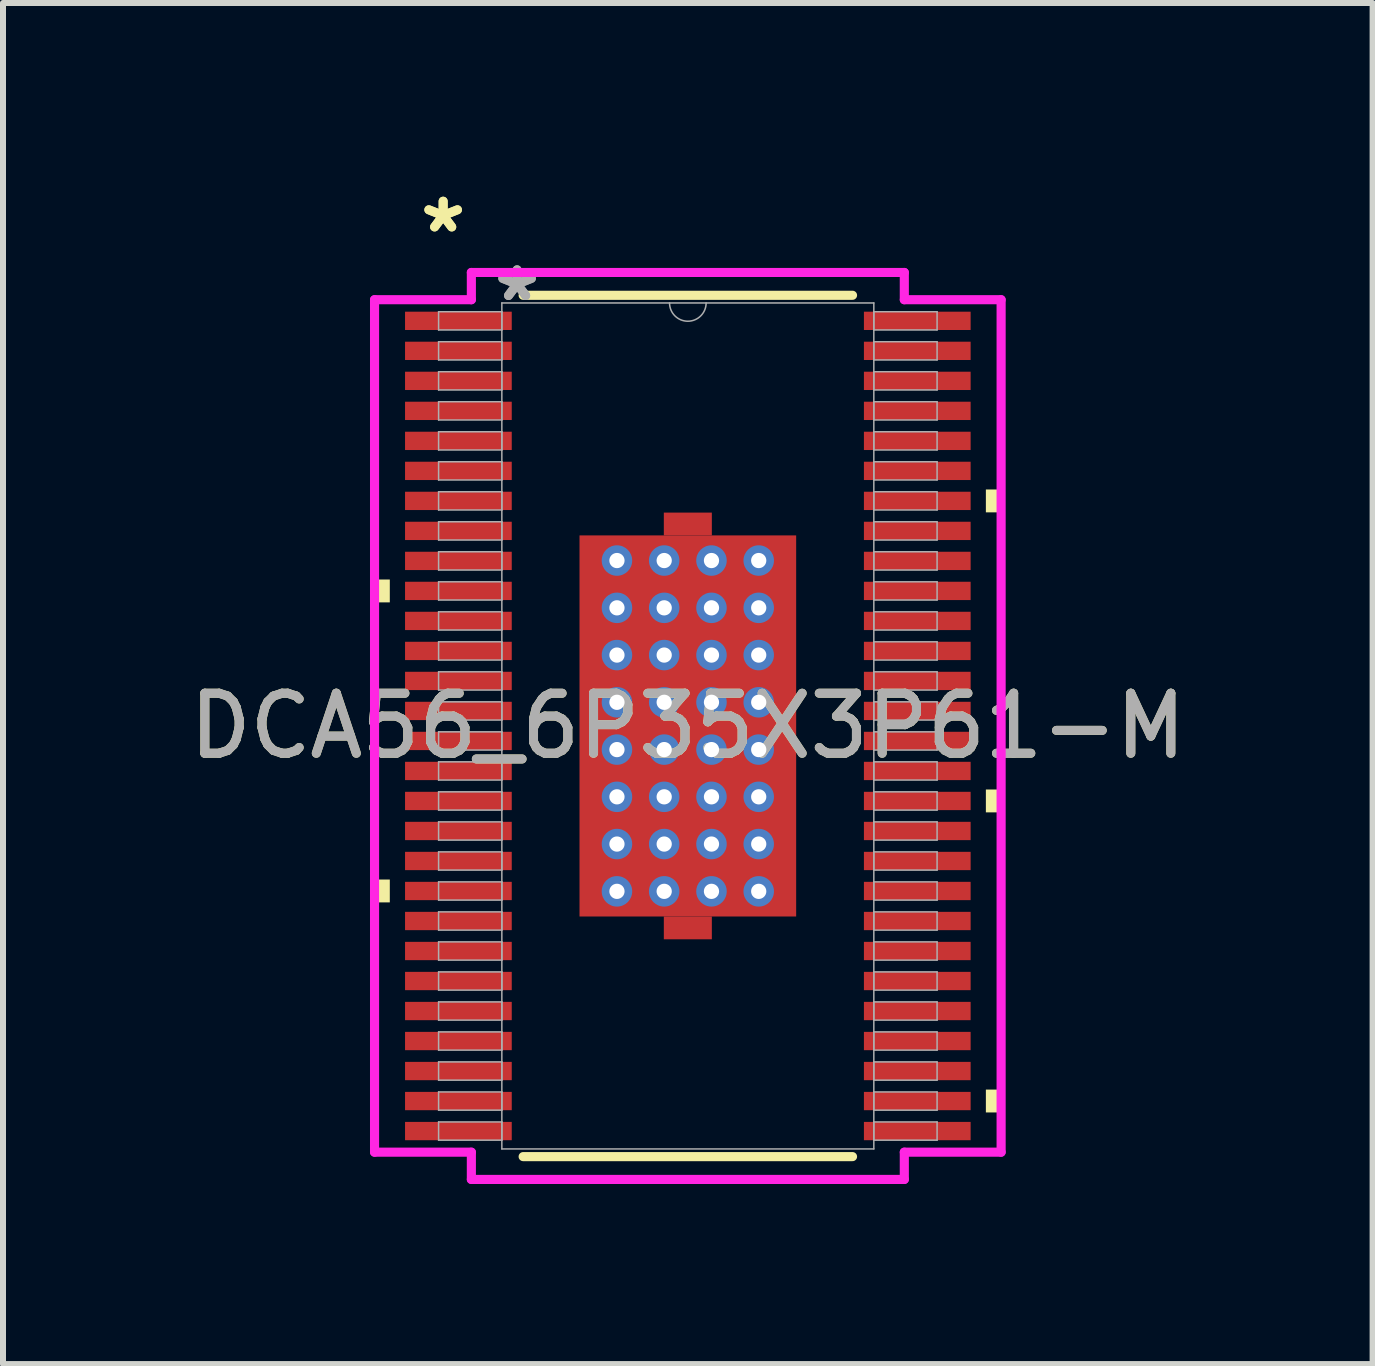
<source format=kicad_pcb>
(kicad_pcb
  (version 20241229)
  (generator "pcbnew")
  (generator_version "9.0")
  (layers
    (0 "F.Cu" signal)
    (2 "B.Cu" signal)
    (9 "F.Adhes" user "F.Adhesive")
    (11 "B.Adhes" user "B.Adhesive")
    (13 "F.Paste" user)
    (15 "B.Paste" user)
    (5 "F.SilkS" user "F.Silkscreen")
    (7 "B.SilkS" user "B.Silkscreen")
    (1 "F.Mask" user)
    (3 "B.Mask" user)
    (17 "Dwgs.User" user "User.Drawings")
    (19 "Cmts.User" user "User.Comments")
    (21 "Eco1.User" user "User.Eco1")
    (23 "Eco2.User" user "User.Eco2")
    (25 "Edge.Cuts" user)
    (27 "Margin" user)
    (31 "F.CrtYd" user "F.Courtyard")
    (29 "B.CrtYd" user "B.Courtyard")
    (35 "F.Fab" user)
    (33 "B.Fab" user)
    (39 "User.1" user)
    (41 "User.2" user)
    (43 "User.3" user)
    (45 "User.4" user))
  (footprint "DCA56_6P35X3P61-M"
    (layer "F.Cu")
    (at 8.411 9.046)
    (property "Reference" "DCA56_6P35X3P61-M" (at 0 0 0) (unlocked yes) (layer "F.SilkS") (effects (font (size 1 1) (thickness 0.15))))
    (attr smd)
    (fp_poly (pts (xy -0.4 -3.175) (xy -0.4 -3.555) (xy 0.4 -3.555) (xy 0.4 -3.175)) (stroke (width 0) (type solid)) (fill yes) (layer "F.Cu"))
    (fp_poly (pts (xy -0.4 3.175) (xy -0.4 3.555) (xy 0.4 3.555) (xy 0.4 3.175)) (stroke (width 0) (type solid)) (fill yes) (layer "F.Cu"))
    (fp_poly (pts (xy -1.869 -3.239) (xy -1.381 -3.239) (xy -1.381 3.239) (xy -1.869 3.239)) (stroke (width 0) (type solid)) (fill yes) (layer "F.Mask"))
    (fp_poly (pts (xy -1.869 -3.239) (xy 1.869 -3.239) (xy 1.869 -2.956) (xy -1.869 -2.956)) (stroke (width 0) (type solid)) (fill yes) (layer "F.Mask"))
    (fp_poly (pts (xy -1.869 -2.556) (xy 1.869 -2.556) (xy 1.869 -2.168) (xy -1.869 -2.168)) (stroke (width 0) (type solid)) (fill yes) (layer "F.Mask"))
    (fp_poly (pts (xy -1.869 -1.768) (xy 1.869 -1.768) (xy 1.869 -1.381) (xy -1.869 -1.381)) (stroke (width 0) (type solid)) (fill yes) (layer "F.Mask"))
    (fp_poly (pts (xy -1.869 -0.981) (xy 1.869 -0.981) (xy 1.869 -0.594) (xy -1.869 -0.594)) (stroke (width 0) (type solid)) (fill yes) (layer "F.Mask"))
    (fp_poly (pts (xy -1.869 -0.194) (xy 1.869 -0.194) (xy 1.869 0.194) (xy -1.869 0.194)) (stroke (width 0) (type solid)) (fill yes) (layer "F.Mask"))
    (fp_poly (pts (xy -1.869 0.594) (xy 1.869 0.594) (xy 1.869 0.981) (xy -1.869 0.981)) (stroke (width 0) (type solid)) (fill yes) (layer "F.Mask"))
    (fp_poly (pts (xy -1.869 1.381) (xy 1.869 1.381) (xy 1.869 1.768) (xy -1.869 1.768)) (stroke (width 0) (type solid)) (fill yes) (layer "F.Mask"))
    (fp_poly (pts (xy -1.869 2.168) (xy 1.869 2.168) (xy 1.869 2.556) (xy -1.869 2.556)) (stroke (width 0) (type solid)) (fill yes) (layer "F.Mask"))
    (fp_poly (pts (xy -1.869 2.956) (xy 1.869 2.956) (xy 1.869 3.239) (xy -1.869 3.239)) (stroke (width 0) (type solid)) (fill yes) (layer "F.Mask"))
    (fp_poly (pts (xy -0.594 -3.239) (xy -0.981 -3.239) (xy -0.981 3.239) (xy -0.594 3.239)) (stroke (width 0) (type solid)) (fill yes) (layer "F.Mask"))
    (fp_poly (pts (xy -0.4 -3.175) (xy -0.4 -3.555) (xy 0.4 -3.555) (xy 0.4 -3.175)) (stroke (width 0) (type solid)) (fill yes) (layer "F.Mask"))
    (fp_poly (pts (xy -0.4 3.175) (xy -0.4 3.555) (xy 0.4 3.555) (xy 0.4 3.175)) (stroke (width 0) (type solid)) (fill yes) (layer "F.Mask"))
    (fp_poly (pts (xy 0.194 -3.239) (xy -0.194 -3.239) (xy -0.194 3.239) (xy 0.194 3.239)) (stroke (width 0) (type solid)) (fill yes) (layer "F.Mask"))
    (fp_poly (pts (xy 0.981 -3.239) (xy 0.594 -3.239) (xy 0.594 3.239) (xy 0.981 3.239)) (stroke (width 0) (type solid)) (fill yes) (layer "F.Mask"))
    (fp_poly (pts (xy 1.381 -3.239) (xy 1.869 -3.239) (xy 1.869 3.239) (xy 1.381 3.239)) (stroke (width 0) (type solid)) (fill yes) (layer "F.Mask"))
    (fp_line (start -2.744 7.176) (end 2.744 7.176) (stroke (width 0.152) (type solid)) (layer "F.SilkS"))
    (fp_line (start 2.744 -7.176) (end -2.744 -7.176) (stroke (width 0.152) (type solid)) (layer "F.SilkS"))
    (fp_poly (pts (xy -5.22 -2.44) (xy -5.22 -2.059) (xy -4.966 -2.059) (xy -4.966 -2.44)) (stroke (width 0) (type solid)) (fill yes) (layer "F.SilkS"))
    (fp_poly (pts (xy -5.22 2.559) (xy -5.22 2.94) (xy -4.966 2.94) (xy -4.966 2.559)) (stroke (width 0) (type solid)) (fill yes) (layer "F.SilkS"))
    (fp_poly (pts (xy 5.22 -3.94) (xy 5.22 -3.559) (xy 4.966 -3.559) (xy 4.966 -3.94)) (stroke (width 0) (type solid)) (fill yes) (layer "F.SilkS"))
    (fp_poly (pts (xy 5.22 1.059) (xy 5.22 1.44) (xy 4.966 1.44) (xy 4.966 1.059)) (stroke (width 0) (type solid)) (fill yes) (layer "F.SilkS"))
    (fp_poly (pts (xy 5.22 6.059) (xy 5.22 6.44) (xy 4.966 6.44) (xy 4.966 6.059)) (stroke (width 0) (type solid)) (fill yes) (layer "F.SilkS"))
    (fp_poly (pts (xy -1.73 -3.1) (xy -1.73 -2.856) (xy -1.423 -2.856) (xy -1.281 -2.997) (xy -1.281 -3.1)) (stroke (width 0) (type solid)) (fill yes) (layer "F.Paste"))
    (fp_poly (pts (xy -1.73 2.856) (xy -1.73 3.1) (xy -1.281 3.1) (xy -1.281 2.997) (xy -1.423 2.856)) (stroke (width 0) (type solid)) (fill yes) (layer "F.Paste"))
    (fp_poly (pts (xy 1.281 -3.1) (xy 1.281 -2.997) (xy 1.423 -2.856) (xy 1.73 -2.856) (xy 1.73 -3.1)) (stroke (width 0) (type solid)) (fill yes) (layer "F.Paste"))
    (fp_poly (pts (xy 1.423 2.856) (xy 1.281 2.997) (xy 1.281 3.1) (xy 1.73 3.1) (xy 1.73 2.856)) (stroke (width 0) (type solid)) (fill yes) (layer "F.Paste"))
    (fp_poly (pts (xy -1.73 -2.656) (xy -1.73 -2.068) (xy -1.423 -2.068) (xy -1.281 -2.21) (xy -1.281 -2.514) (xy -1.423 -2.656)) (stroke (width 0) (type solid)) (fill yes) (layer "F.Paste"))
    (fp_poly (pts (xy -1.73 -1.869) (xy -1.73 -1.281) (xy -1.423 -1.281) (xy -1.281 -1.423) (xy -1.281 -1.727) (xy -1.423 -1.869)) (stroke (width 0) (type solid)) (fill yes) (layer "F.Paste"))
    (fp_poly (pts (xy -1.73 -1.081) (xy -1.73 -0.494) (xy -1.423 -0.494) (xy -1.281 -0.635) (xy -1.281 -0.94) (xy -1.423 -1.081)) (stroke (width 0) (type solid)) (fill yes) (layer "F.Paste"))
    (fp_poly (pts (xy -1.73 -0.294) (xy -1.73 0.294) (xy -1.423 0.294) (xy -1.281 0.152) (xy -1.281 -0.152) (xy -1.423 -0.294)) (stroke (width 0) (type solid)) (fill yes) (layer "F.Paste"))
    (fp_poly (pts (xy -1.73 0.494) (xy -1.73 1.081) (xy -1.423 1.081) (xy -1.281 0.94) (xy -1.281 0.635) (xy -1.423 0.494)) (stroke (width 0) (type solid)) (fill yes) (layer "F.Paste"))
    (fp_poly (pts (xy -1.73 1.281) (xy -1.73 1.869) (xy -1.423 1.869) (xy -1.281 1.727) (xy -1.281 1.423) (xy -1.423 1.281)) (stroke (width 0) (type solid)) (fill yes) (layer "F.Paste"))
    (fp_poly (pts (xy -1.73 2.068) (xy -1.73 2.656) (xy -1.423 2.656) (xy -1.281 2.514) (xy -1.281 2.21) (xy -1.423 2.068)) (stroke (width 0) (type solid)) (fill yes) (layer "F.Paste"))
    (fp_poly (pts (xy -1.081 -3.1) (xy -1.081 -2.997) (xy -0.94 -2.856) (xy -0.635 -2.856) (xy -0.494 -2.997) (xy -0.494 -3.1)) (stroke (width 0) (type solid)) (fill yes) (layer "F.Paste"))
    (fp_poly (pts (xy -0.94 2.856) (xy -1.081 2.997) (xy -1.081 3.1) (xy -0.494 3.1) (xy -0.494 2.997) (xy -0.635 2.856)) (stroke (width 0) (type solid)) (fill yes) (layer "F.Paste"))
    (fp_poly (pts (xy -0.294 -3.1) (xy -0.294 -2.997) (xy -0.152 -2.856) (xy 0.152 -2.856) (xy 0.294 -2.997) (xy 0.294 -3.1)) (stroke (width 0) (type solid)) (fill yes) (layer "F.Paste"))
    (fp_poly (pts (xy -0.152 2.856) (xy -0.294 2.997) (xy -0.294 3.1) (xy 0.294 3.1) (xy 0.294 2.997) (xy 0.152 2.856)) (stroke (width 0) (type solid)) (fill yes) (layer "F.Paste"))
    (fp_poly (pts (xy 0.494 -3.1) (xy 0.494 -2.997) (xy 0.635 -2.856) (xy 0.94 -2.856) (xy 1.081 -2.997) (xy 1.081 -3.1)) (stroke (width 0) (type solid)) (fill yes) (layer "F.Paste"))
    (fp_poly (pts (xy 0.635 2.856) (xy 0.494 2.997) (xy 0.494 3.1) (xy 1.081 3.1) (xy 1.081 2.997) (xy 0.94 2.856)) (stroke (width 0) (type solid)) (fill yes) (layer "F.Paste"))
    (fp_poly (pts (xy 1.423 -2.656) (xy 1.281 -2.514) (xy 1.281 -2.21) (xy 1.423 -2.068) (xy 1.73 -2.068) (xy 1.73 -2.656)) (stroke (width 0) (type solid)) (fill yes) (layer "F.Paste"))
    (fp_poly (pts (xy 1.423 -1.869) (xy 1.281 -1.727) (xy 1.281 -1.423) (xy 1.423 -1.281) (xy 1.73 -1.281) (xy 1.73 -1.869)) (stroke (width 0) (type solid)) (fill yes) (layer "F.Paste"))
    (fp_poly (pts (xy 1.423 -1.081) (xy 1.281 -0.94) (xy 1.281 -0.635) (xy 1.423 -0.494) (xy 1.73 -0.494) (xy 1.73 -1.081)) (stroke (width 0) (type solid)) (fill yes) (layer "F.Paste"))
    (fp_poly (pts (xy 1.423 -0.294) (xy 1.281 -0.152) (xy 1.281 0.152) (xy 1.423 0.294) (xy 1.73 0.294) (xy 1.73 -0.294)) (stroke (width 0) (type solid)) (fill yes) (layer "F.Paste"))
    (fp_poly (pts (xy 1.423 0.494) (xy 1.281 0.635) (xy 1.281 0.94) (xy 1.423 1.081) (xy 1.73 1.081) (xy 1.73 0.494)) (stroke (width 0) (type solid)) (fill yes) (layer "F.Paste"))
    (fp_poly (pts (xy 1.423 1.281) (xy 1.281 1.423) (xy 1.281 1.727) (xy 1.423 1.869) (xy 1.73 1.869) (xy 1.73 1.281)) (stroke (width 0) (type solid)) (fill yes) (layer "F.Paste"))
    (fp_poly (pts (xy 1.423 2.068) (xy 1.281 2.21) (xy 1.281 2.514) (xy 1.423 2.656) (xy 1.73 2.656) (xy 1.73 2.068)) (stroke (width 0) (type solid)) (fill yes) (layer "F.Paste"))
    (fp_poly (pts (xy -0.94 -2.656) (xy -1.081 -2.514) (xy -1.081 -2.21) (xy -0.94 -2.068) (xy -0.635 -2.068) (xy -0.494 -2.21) (xy -0.494 -2.514) (xy -0.635 -2.656)) (stroke (width 0) (type solid)) (fill yes) (layer "F.Paste"))
    (fp_poly (pts (xy -0.94 -1.869) (xy -1.081 -1.727) (xy -1.081 -1.423) (xy -0.94 -1.281) (xy -0.635 -1.281) (xy -0.494 -1.423) (xy -0.494 -1.727) (xy -0.635 -1.869)) (stroke (width 0) (type solid)) (fill yes) (layer "F.Paste"))
    (fp_poly (pts (xy -0.94 -1.081) (xy -1.081 -0.94) (xy -1.081 -0.635) (xy -0.94 -0.494) (xy -0.635 -0.494) (xy -0.494 -0.635) (xy -0.494 -0.94) (xy -0.635 -1.081)) (stroke (width 0) (type solid)) (fill yes) (layer "F.Paste"))
    (fp_poly (pts (xy -0.94 -0.294) (xy -1.081 -0.152) (xy -1.081 0.152) (xy -0.94 0.294) (xy -0.635 0.294) (xy -0.494 0.152) (xy -0.494 -0.152) (xy -0.635 -0.294)) (stroke (width 0) (type solid)) (fill yes) (layer "F.Paste"))
    (fp_poly (pts (xy -0.94 0.494) (xy -1.081 0.635) (xy -1.081 0.94) (xy -0.94 1.081) (xy -0.635 1.081) (xy -0.494 0.94) (xy -0.494 0.635) (xy -0.635 0.494)) (stroke (width 0) (type solid)) (fill yes) (layer "F.Paste"))
    (fp_poly (pts (xy -0.94 1.281) (xy -1.081 1.423) (xy -1.081 1.727) (xy -0.94 1.869) (xy -0.635 1.869) (xy -0.494 1.727) (xy -0.494 1.423) (xy -0.635 1.281)) (stroke (width 0) (type solid)) (fill yes) (layer "F.Paste"))
    (fp_poly (pts (xy -0.94 2.068) (xy -1.081 2.21) (xy -1.081 2.514) (xy -0.94 2.656) (xy -0.635 2.656) (xy -0.494 2.514) (xy -0.494 2.21) (xy -0.635 2.068)) (stroke (width 0) (type solid)) (fill yes) (layer "F.Paste"))
    (fp_poly (pts (xy -0.152 -2.656) (xy -0.294 -2.514) (xy -0.294 -2.21) (xy -0.152 -2.068) (xy 0.152 -2.068) (xy 0.294 -2.21) (xy 0.294 -2.514) (xy 0.152 -2.656)) (stroke (width 0) (type solid)) (fill yes) (layer "F.Paste"))
    (fp_poly (pts (xy -0.152 -1.869) (xy -0.294 -1.727) (xy -0.294 -1.423) (xy -0.152 -1.281) (xy 0.152 -1.281) (xy 0.294 -1.423) (xy 0.294 -1.727) (xy 0.152 -1.869)) (stroke (width 0) (type solid)) (fill yes) (layer "F.Paste"))
    (fp_poly (pts (xy -0.152 -1.081) (xy -0.294 -0.94) (xy -0.294 -0.635) (xy -0.152 -0.494) (xy 0.152 -0.494) (xy 0.294 -0.635) (xy 0.294 -0.94) (xy 0.152 -1.081)) (stroke (width 0) (type solid)) (fill yes) (layer "F.Paste"))
    (fp_poly (pts (xy -0.152 -0.294) (xy -0.294 -0.152) (xy -0.294 0.152) (xy -0.152 0.294) (xy 0.152 0.294) (xy 0.294 0.152) (xy 0.294 -0.152) (xy 0.152 -0.294)) (stroke (width 0) (type solid)) (fill yes) (layer "F.Paste"))
    (fp_poly (pts (xy -0.152 0.494) (xy -0.294 0.635) (xy -0.294 0.94) (xy -0.152 1.081) (xy 0.152 1.081) (xy 0.294 0.94) (xy 0.294 0.635) (xy 0.152 0.494)) (stroke (width 0) (type solid)) (fill yes) (layer "F.Paste"))
    (fp_poly (pts (xy -0.152 1.281) (xy -0.294 1.423) (xy -0.294 1.727) (xy -0.152 1.869) (xy 0.152 1.869) (xy 0.294 1.727) (xy 0.294 1.423) (xy 0.152 1.281)) (stroke (width 0) (type solid)) (fill yes) (layer "F.Paste"))
    (fp_poly (pts (xy -0.152 2.068) (xy -0.294 2.21) (xy -0.294 2.514) (xy -0.152 2.656) (xy 0.152 2.656) (xy 0.294 2.514) (xy 0.294 2.21) (xy 0.152 2.068)) (stroke (width 0) (type solid)) (fill yes) (layer "F.Paste"))
    (fp_poly (pts (xy 0.635 -2.656) (xy 0.494 -2.514) (xy 0.494 -2.21) (xy 0.635 -2.068) (xy 0.94 -2.068) (xy 1.081 -2.21) (xy 1.081 -2.514) (xy 0.94 -2.656)) (stroke (width 0) (type solid)) (fill yes) (layer "F.Paste"))
    (fp_poly (pts (xy 0.635 -1.869) (xy 0.494 -1.727) (xy 0.494 -1.423) (xy 0.635 -1.281) (xy 0.94 -1.281) (xy 1.081 -1.423) (xy 1.081 -1.727) (xy 0.94 -1.869)) (stroke (width 0) (type solid)) (fill yes) (layer "F.Paste"))
    (fp_poly (pts (xy 0.635 -1.081) (xy 0.494 -0.94) (xy 0.494 -0.635) (xy 0.635 -0.494) (xy 0.94 -0.494) (xy 1.081 -0.635) (xy 1.081 -0.94) (xy 0.94 -1.081)) (stroke (width 0) (type solid)) (fill yes) (layer "F.Paste"))
    (fp_poly (pts (xy 0.635 -0.294) (xy 0.494 -0.152) (xy 0.494 0.152) (xy 0.635 0.294) (xy 0.94 0.294) (xy 1.081 0.152) (xy 1.081 -0.152) (xy 0.94 -0.294)) (stroke (width 0) (type solid)) (fill yes) (layer "F.Paste"))
    (fp_poly (pts (xy 0.635 0.494) (xy 0.494 0.635) (xy 0.494 0.94) (xy 0.635 1.081) (xy 0.94 1.081) (xy 1.081 0.94) (xy 1.081 0.635) (xy 0.94 0.494)) (stroke (width 0) (type solid)) (fill yes) (layer "F.Paste"))
    (fp_poly (pts (xy 0.635 1.281) (xy 0.494 1.423) (xy 0.494 1.727) (xy 0.635 1.869) (xy 0.94 1.869) (xy 1.081 1.727) (xy 1.081 1.423) (xy 0.94 1.281)) (stroke (width 0) (type solid)) (fill yes) (layer "F.Paste"))
    (fp_poly (pts (xy 0.635 2.068) (xy 0.494 2.21) (xy 0.494 2.514) (xy 0.635 2.656) (xy 0.94 2.656) (xy 1.081 2.514) (xy 1.081 2.21) (xy 0.94 2.068)) (stroke (width 0) (type solid)) (fill yes) (layer "F.Paste"))
    (fp_line (start -5.22 -7.102) (end -3.607 -7.102) (stroke (width 0.152) (type solid)) (layer "F.CrtYd"))
    (fp_line (start -5.22 7.102) (end -5.22 -7.102) (stroke (width 0.152) (type solid)) (layer "F.CrtYd"))
    (fp_line (start -5.22 7.102) (end -3.607 7.102) (stroke (width 0.152) (type solid)) (layer "F.CrtYd"))
    (fp_line (start -3.607 -7.556) (end 3.607 -7.556) (stroke (width 0.152) (type solid)) (layer "F.CrtYd"))
    (fp_line (start -3.607 -7.102) (end -3.607 -7.556) (stroke (width 0.152) (type solid)) (layer "F.CrtYd"))
    (fp_line (start -3.607 7.556) (end -3.607 7.102) (stroke (width 0.152) (type solid)) (layer "F.CrtYd"))
    (fp_line (start 3.607 -7.556) (end 3.607 -7.102) (stroke (width 0.152) (type solid)) (layer "F.CrtYd"))
    (fp_line (start 3.607 7.102) (end 3.607 7.556) (stroke (width 0.152) (type solid)) (layer "F.CrtYd"))
    (fp_line (start 3.607 7.556) (end -3.607 7.556) (stroke (width 0.152) (type solid)) (layer "F.CrtYd"))
    (fp_line (start 5.22 -7.102) (end 3.607 -7.102) (stroke (width 0.152) (type solid)) (layer "F.CrtYd"))
    (fp_line (start 5.22 -7.102) (end 5.22 7.102) (stroke (width 0.152) (type solid)) (layer "F.CrtYd"))
    (fp_line (start 5.22 7.102) (end 3.607 7.102) (stroke (width 0.152) (type solid)) (layer "F.CrtYd"))
    (fp_line (start -4.153 -6.902) (end -4.153 -6.598) (stroke (width 0.025) (type solid)) (layer "F.Fab"))
    (fp_line (start -4.153 -6.598) (end -3.099 -6.598) (stroke (width 0.025) (type solid)) (layer "F.Fab"))
    (fp_line (start -4.153 -6.402) (end -4.153 -6.098) (stroke (width 0.025) (type solid)) (layer "F.Fab"))
    (fp_line (start -4.153 -6.098) (end -3.099 -6.098) (stroke (width 0.025) (type solid)) (layer "F.Fab"))
    (fp_line (start -4.153 -5.902) (end -4.153 -5.598) (stroke (width 0.025) (type solid)) (layer "F.Fab"))
    (fp_line (start -4.153 -5.598) (end -3.099 -5.598) (stroke (width 0.025) (type solid)) (layer "F.Fab"))
    (fp_line (start -4.153 -5.402) (end -4.153 -5.098) (stroke (width 0.025) (type solid)) (layer "F.Fab"))
    (fp_line (start -4.153 -5.098) (end -3.099 -5.098) (stroke (width 0.025) (type solid)) (layer "F.Fab"))
    (fp_line (start -4.153 -4.902) (end -4.153 -4.598) (stroke (width 0.025) (type solid)) (layer "F.Fab"))
    (fp_line (start -4.153 -4.598) (end -3.099 -4.598) (stroke (width 0.025) (type solid)) (layer "F.Fab"))
    (fp_line (start -4.153 -4.402) (end -4.153 -4.098) (stroke (width 0.025) (type solid)) (layer "F.Fab"))
    (fp_line (start -4.153 -4.098) (end -3.099 -4.098) (stroke (width 0.025) (type solid)) (layer "F.Fab"))
    (fp_line (start -4.153 -3.902) (end -4.153 -3.598) (stroke (width 0.025) (type solid)) (layer "F.Fab"))
    (fp_line (start -4.153 -3.598) (end -3.099 -3.598) (stroke (width 0.025) (type solid)) (layer "F.Fab"))
    (fp_line (start -4.153 -3.402) (end -4.153 -3.098) (stroke (width 0.025) (type solid)) (layer "F.Fab"))
    (fp_line (start -4.153 -3.098) (end -3.099 -3.098) (stroke (width 0.025) (type solid)) (layer "F.Fab"))
    (fp_line (start -4.153 -2.902) (end -4.153 -2.598) (stroke (width 0.025) (type solid)) (layer "F.Fab"))
    (fp_line (start -4.153 -2.598) (end -3.099 -2.598) (stroke (width 0.025) (type solid)) (layer "F.Fab"))
    (fp_line (start -4.153 -2.402) (end -4.153 -2.098) (stroke (width 0.025) (type solid)) (layer "F.Fab"))
    (fp_line (start -4.153 -2.098) (end -3.099 -2.098) (stroke (width 0.025) (type solid)) (layer "F.Fab"))
    (fp_line (start -4.153 -1.902) (end -4.153 -1.598) (stroke (width 0.025) (type solid)) (layer "F.Fab"))
    (fp_line (start -4.153 -1.598) (end -3.099 -1.598) (stroke (width 0.025) (type solid)) (layer "F.Fab"))
    (fp_line (start -4.153 -1.402) (end -4.153 -1.098) (stroke (width 0.025) (type solid)) (layer "F.Fab"))
    (fp_line (start -4.153 -1.098) (end -3.099 -1.098) (stroke (width 0.025) (type solid)) (layer "F.Fab"))
    (fp_line (start -4.153 -0.902) (end -4.153 -0.598) (stroke (width 0.025) (type solid)) (layer "F.Fab"))
    (fp_line (start -4.153 -0.598) (end -3.099 -0.598) (stroke (width 0.025) (type solid)) (layer "F.Fab"))
    (fp_line (start -4.153 -0.402) (end -4.153 -0.098) (stroke (width 0.025) (type solid)) (layer "F.Fab"))
    (fp_line (start -4.153 -0.098) (end -3.099 -0.098) (stroke (width 0.025) (type solid)) (layer "F.Fab"))
    (fp_line (start -4.153 0.098) (end -4.153 0.402) (stroke (width 0.025) (type solid)) (layer "F.Fab"))
    (fp_line (start -4.153 0.402) (end -3.099 0.402) (stroke (width 0.025) (type solid)) (layer "F.Fab"))
    (fp_line (start -4.153 0.598) (end -4.153 0.902) (stroke (width 0.025) (type solid)) (layer "F.Fab"))
    (fp_line (start -4.153 0.902) (end -3.099 0.902) (stroke (width 0.025) (type solid)) (layer "F.Fab"))
    (fp_line (start -4.153 1.098) (end -4.153 1.402) (stroke (width 0.025) (type solid)) (layer "F.Fab"))
    (fp_line (start -4.153 1.402) (end -3.099 1.402) (stroke (width 0.025) (type solid)) (layer "F.Fab"))
    (fp_line (start -4.153 1.598) (end -4.153 1.902) (stroke (width 0.025) (type solid)) (layer "F.Fab"))
    (fp_line (start -4.153 1.902) (end -3.099 1.902) (stroke (width 0.025) (type solid)) (layer "F.Fab"))
    (fp_line (start -4.153 2.098) (end -4.153 2.402) (stroke (width 0.025) (type solid)) (layer "F.Fab"))
    (fp_line (start -4.153 2.402) (end -3.099 2.402) (stroke (width 0.025) (type solid)) (layer "F.Fab"))
    (fp_line (start -4.153 2.598) (end -4.153 2.902) (stroke (width 0.025) (type solid)) (layer "F.Fab"))
    (fp_line (start -4.153 2.902) (end -3.099 2.902) (stroke (width 0.025) (type solid)) (layer "F.Fab"))
    (fp_line (start -4.153 3.098) (end -4.153 3.402) (stroke (width 0.025) (type solid)) (layer "F.Fab"))
    (fp_line (start -4.153 3.402) (end -3.099 3.402) (stroke (width 0.025) (type solid)) (layer "F.Fab"))
    (fp_line (start -4.153 3.598) (end -4.153 3.902) (stroke (width 0.025) (type solid)) (layer "F.Fab"))
    (fp_line (start -4.153 3.902) (end -3.099 3.902) (stroke (width 0.025) (type solid)) (layer "F.Fab"))
    (fp_line (start -4.153 4.098) (end -4.153 4.402) (stroke (width 0.025) (type solid)) (layer "F.Fab"))
    (fp_line (start -4.153 4.402) (end -3.099 4.402) (stroke (width 0.025) (type solid)) (layer "F.Fab"))
    (fp_line (start -4.153 4.598) (end -4.153 4.902) (stroke (width 0.025) (type solid)) (layer "F.Fab"))
    (fp_line (start -4.153 4.902) (end -3.099 4.902) (stroke (width 0.025) (type solid)) (layer "F.Fab"))
    (fp_line (start -4.153 5.098) (end -4.153 5.402) (stroke (width 0.025) (type solid)) (layer "F.Fab"))
    (fp_line (start -4.153 5.402) (end -3.099 5.402) (stroke (width 0.025) (type solid)) (layer "F.Fab"))
    (fp_line (start -4.153 5.598) (end -4.153 5.902) (stroke (width 0.025) (type solid)) (layer "F.Fab"))
    (fp_line (start -4.153 5.902) (end -3.099 5.902) (stroke (width 0.025) (type solid)) (layer "F.Fab"))
    (fp_line (start -4.153 6.098) (end -4.153 6.402) (stroke (width 0.025) (type solid)) (layer "F.Fab"))
    (fp_line (start -4.153 6.402) (end -3.099 6.402) (stroke (width 0.025) (type solid)) (layer "F.Fab"))
    (fp_line (start -4.153 6.598) (end -4.153 6.902) (stroke (width 0.025) (type solid)) (layer "F.Fab"))
    (fp_line (start -4.153 6.902) (end -3.099 6.902) (stroke (width 0.025) (type solid)) (layer "F.Fab"))
    (fp_line (start -3.099 -7.048) (end -3.099 7.048) (stroke (width 0.025) (type solid)) (layer "F.Fab"))
    (fp_line (start -3.099 -6.902) (end -4.153 -6.902) (stroke (width 0.025) (type solid)) (layer "F.Fab"))
    (fp_line (start -3.099 -6.598) (end -3.099 -6.902) (stroke (width 0.025) (type solid)) (layer "F.Fab"))
    (fp_line (start -3.099 -6.402) (end -4.153 -6.402) (stroke (width 0.025) (type solid)) (layer "F.Fab"))
    (fp_line (start -3.099 -6.098) (end -3.099 -6.402) (stroke (width 0.025) (type solid)) (layer "F.Fab"))
    (fp_line (start -3.099 -5.902) (end -4.153 -5.902) (stroke (width 0.025) (type solid)) (layer "F.Fab"))
    (fp_line (start -3.099 -5.598) (end -3.099 -5.902) (stroke (width 0.025) (type solid)) (layer "F.Fab"))
    (fp_line (start -3.099 -5.402) (end -4.153 -5.402) (stroke (width 0.025) (type solid)) (layer "F.Fab"))
    (fp_line (start -3.099 -5.098) (end -3.099 -5.402) (stroke (width 0.025) (type solid)) (layer "F.Fab"))
    (fp_line (start -3.099 -4.902) (end -4.153 -4.902) (stroke (width 0.025) (type solid)) (layer "F.Fab"))
    (fp_line (start -3.099 -4.598) (end -3.099 -4.902) (stroke (width 0.025) (type solid)) (layer "F.Fab"))
    (fp_line (start -3.099 -4.402) (end -4.153 -4.402) (stroke (width 0.025) (type solid)) (layer "F.Fab"))
    (fp_line (start -3.099 -4.098) (end -3.099 -4.402) (stroke (width 0.025) (type solid)) (layer "F.Fab"))
    (fp_line (start -3.099 -3.902) (end -4.153 -3.902) (stroke (width 0.025) (type solid)) (layer "F.Fab"))
    (fp_line (start -3.099 -3.598) (end -3.099 -3.902) (stroke (width 0.025) (type solid)) (layer "F.Fab"))
    (fp_line (start -3.099 -3.402) (end -4.153 -3.402) (stroke (width 0.025) (type solid)) (layer "F.Fab"))
    (fp_line (start -3.099 -3.098) (end -3.099 -3.402) (stroke (width 0.025) (type solid)) (layer "F.Fab"))
    (fp_line (start -3.099 -2.902) (end -4.153 -2.902) (stroke (width 0.025) (type solid)) (layer "F.Fab"))
    (fp_line (start -3.099 -2.598) (end -3.099 -2.902) (stroke (width 0.025) (type solid)) (layer "F.Fab"))
    (fp_line (start -3.099 -2.402) (end -4.153 -2.402) (stroke (width 0.025) (type solid)) (layer "F.Fab"))
    (fp_line (start -3.099 -2.098) (end -3.099 -2.402) (stroke (width 0.025) (type solid)) (layer "F.Fab"))
    (fp_line (start -3.099 -1.902) (end -4.153 -1.902) (stroke (width 0.025) (type solid)) (layer "F.Fab"))
    (fp_line (start -3.099 -1.598) (end -3.099 -1.902) (stroke (width 0.025) (type solid)) (layer "F.Fab"))
    (fp_line (start -3.099 -1.402) (end -4.153 -1.402) (stroke (width 0.025) (type solid)) (layer "F.Fab"))
    (fp_line (start -3.099 -1.098) (end -3.099 -1.402) (stroke (width 0.025) (type solid)) (layer "F.Fab"))
    (fp_line (start -3.099 -0.902) (end -4.153 -0.902) (stroke (width 0.025) (type solid)) (layer "F.Fab"))
    (fp_line (start -3.099 -0.598) (end -3.099 -0.902) (stroke (width 0.025) (type solid)) (layer "F.Fab"))
    (fp_line (start -3.099 -0.402) (end -4.153 -0.402) (stroke (width 0.025) (type solid)) (layer "F.Fab"))
    (fp_line (start -3.099 -0.098) (end -3.099 -0.402) (stroke (width 0.025) (type solid)) (layer "F.Fab"))
    (fp_line (start -3.099 0.098) (end -4.153 0.098) (stroke (width 0.025) (type solid)) (layer "F.Fab"))
    (fp_line (start -3.099 0.402) (end -3.099 0.098) (stroke (width 0.025) (type solid)) (layer "F.Fab"))
    (fp_line (start -3.099 0.598) (end -4.153 0.598) (stroke (width 0.025) (type solid)) (layer "F.Fab"))
    (fp_line (start -3.099 0.902) (end -3.099 0.598) (stroke (width 0.025) (type solid)) (layer "F.Fab"))
    (fp_line (start -3.099 1.098) (end -4.153 1.098) (stroke (width 0.025) (type solid)) (layer "F.Fab"))
    (fp_line (start -3.099 1.402) (end -3.099 1.098) (stroke (width 0.025) (type solid)) (layer "F.Fab"))
    (fp_line (start -3.099 1.598) (end -4.153 1.598) (stroke (width 0.025) (type solid)) (layer "F.Fab"))
    (fp_line (start -3.099 1.902) (end -3.099 1.598) (stroke (width 0.025) (type solid)) (layer "F.Fab"))
    (fp_line (start -3.099 2.098) (end -4.153 2.098) (stroke (width 0.025) (type solid)) (layer "F.Fab"))
    (fp_line (start -3.099 2.402) (end -3.099 2.098) (stroke (width 0.025) (type solid)) (layer "F.Fab"))
    (fp_line (start -3.099 2.598) (end -4.153 2.598) (stroke (width 0.025) (type solid)) (layer "F.Fab"))
    (fp_line (start -3.099 2.902) (end -3.099 2.598) (stroke (width 0.025) (type solid)) (layer "F.Fab"))
    (fp_line (start -3.099 3.098) (end -4.153 3.098) (stroke (width 0.025) (type solid)) (layer "F.Fab"))
    (fp_line (start -3.099 3.402) (end -3.099 3.098) (stroke (width 0.025) (type solid)) (layer "F.Fab"))
    (fp_line (start -3.099 3.598) (end -4.153 3.598) (stroke (width 0.025) (type solid)) (layer "F.Fab"))
    (fp_line (start -3.099 3.902) (end -3.099 3.598) (stroke (width 0.025) (type solid)) (layer "F.Fab"))
    (fp_line (start -3.099 4.098) (end -4.153 4.098) (stroke (width 0.025) (type solid)) (layer "F.Fab"))
    (fp_line (start -3.099 4.402) (end -3.099 4.098) (stroke (width 0.025) (type solid)) (layer "F.Fab"))
    (fp_line (start -3.099 4.598) (end -4.153 4.598) (stroke (width 0.025) (type solid)) (layer "F.Fab"))
    (fp_line (start -3.099 4.902) (end -3.099 4.598) (stroke (width 0.025) (type solid)) (layer "F.Fab"))
    (fp_line (start -3.099 5.098) (end -4.153 5.098) (stroke (width 0.025) (type solid)) (layer "F.Fab"))
    (fp_line (start -3.099 5.402) (end -3.099 5.098) (stroke (width 0.025) (type solid)) (layer "F.Fab"))
    (fp_line (start -3.099 5.598) (end -4.153 5.598) (stroke (width 0.025) (type solid)) (layer "F.Fab"))
    (fp_line (start -3.099 5.902) (end -3.099 5.598) (stroke (width 0.025) (type solid)) (layer "F.Fab"))
    (fp_line (start -3.099 6.098) (end -4.153 6.098) (stroke (width 0.025) (type solid)) (layer "F.Fab"))
    (fp_line (start -3.099 6.402) (end -3.099 6.098) (stroke (width 0.025) (type solid)) (layer "F.Fab"))
    (fp_line (start -3.099 6.598) (end -4.153 6.598) (stroke (width 0.025) (type solid)) (layer "F.Fab"))
    (fp_line (start -3.099 6.902) (end -3.099 6.598) (stroke (width 0.025) (type solid)) (layer "F.Fab"))
    (fp_line (start -3.099 7.048) (end 3.099 7.048) (stroke (width 0.025) (type solid)) (layer "F.Fab"))
    (fp_line (start 3.099 -7.048) (end -3.099 -7.048) (stroke (width 0.025) (type solid)) (layer "F.Fab"))
    (fp_line (start 3.099 -6.902) (end 3.099 -6.598) (stroke (width 0.025) (type solid)) (layer "F.Fab"))
    (fp_line (start 3.099 -6.598) (end 4.153 -6.598) (stroke (width 0.025) (type solid)) (layer "F.Fab"))
    (fp_line (start 3.099 -6.402) (end 3.099 -6.098) (stroke (width 0.025) (type solid)) (layer "F.Fab"))
    (fp_line (start 3.099 -6.098) (end 4.153 -6.098) (stroke (width 0.025) (type solid)) (layer "F.Fab"))
    (fp_line (start 3.099 -5.902) (end 3.099 -5.598) (stroke (width 0.025) (type solid)) (layer "F.Fab"))
    (fp_line (start 3.099 -5.598) (end 4.153 -5.598) (stroke (width 0.025) (type solid)) (layer "F.Fab"))
    (fp_line (start 3.099 -5.402) (end 3.099 -5.098) (stroke (width 0.025) (type solid)) (layer "F.Fab"))
    (fp_line (start 3.099 -5.098) (end 4.153 -5.098) (stroke (width 0.025) (type solid)) (layer "F.Fab"))
    (fp_line (start 3.099 -4.902) (end 3.099 -4.598) (stroke (width 0.025) (type solid)) (layer "F.Fab"))
    (fp_line (start 3.099 -4.598) (end 4.153 -4.598) (stroke (width 0.025) (type solid)) (layer "F.Fab"))
    (fp_line (start 3.099 -4.402) (end 3.099 -4.098) (stroke (width 0.025) (type solid)) (layer "F.Fab"))
    (fp_line (start 3.099 -4.098) (end 4.153 -4.098) (stroke (width 0.025) (type solid)) (layer "F.Fab"))
    (fp_line (start 3.099 -3.902) (end 3.099 -3.598) (stroke (width 0.025) (type solid)) (layer "F.Fab"))
    (fp_line (start 3.099 -3.598) (end 4.153 -3.598) (stroke (width 0.025) (type solid)) (layer "F.Fab"))
    (fp_line (start 3.099 -3.402) (end 3.099 -3.098) (stroke (width 0.025) (type solid)) (layer "F.Fab"))
    (fp_line (start 3.099 -3.098) (end 4.153 -3.098) (stroke (width 0.025) (type solid)) (layer "F.Fab"))
    (fp_line (start 3.099 -2.902) (end 3.099 -2.598) (stroke (width 0.025) (type solid)) (layer "F.Fab"))
    (fp_line (start 3.099 -2.598) (end 4.153 -2.598) (stroke (width 0.025) (type solid)) (layer "F.Fab"))
    (fp_line (start 3.099 -2.402) (end 3.099 -2.098) (stroke (width 0.025) (type solid)) (layer "F.Fab"))
    (fp_line (start 3.099 -2.098) (end 4.153 -2.098) (stroke (width 0.025) (type solid)) (layer "F.Fab"))
    (fp_line (start 3.099 -1.902) (end 3.099 -1.598) (stroke (width 0.025) (type solid)) (layer "F.Fab"))
    (fp_line (start 3.099 -1.598) (end 4.153 -1.598) (stroke (width 0.025) (type solid)) (layer "F.Fab"))
    (fp_line (start 3.099 -1.402) (end 3.099 -1.098) (stroke (width 0.025) (type solid)) (layer "F.Fab"))
    (fp_line (start 3.099 -1.098) (end 4.153 -1.098) (stroke (width 0.025) (type solid)) (layer "F.Fab"))
    (fp_line (start 3.099 -0.902) (end 3.099 -0.598) (stroke (width 0.025) (type solid)) (layer "F.Fab"))
    (fp_line (start 3.099 -0.598) (end 4.153 -0.598) (stroke (width 0.025) (type solid)) (layer "F.Fab"))
    (fp_line (start 3.099 -0.402) (end 3.099 -0.098) (stroke (width 0.025) (type solid)) (layer "F.Fab"))
    (fp_line (start 3.099 -0.098) (end 4.153 -0.098) (stroke (width 0.025) (type solid)) (layer "F.Fab"))
    (fp_line (start 3.099 0.098) (end 3.099 0.402) (stroke (width 0.025) (type solid)) (layer "F.Fab"))
    (fp_line (start 3.099 0.402) (end 4.153 0.402) (stroke (width 0.025) (type solid)) (layer "F.Fab"))
    (fp_line (start 3.099 0.598) (end 3.099 0.902) (stroke (width 0.025) (type solid)) (layer "F.Fab"))
    (fp_line (start 3.099 0.902) (end 4.153 0.902) (stroke (width 0.025) (type solid)) (layer "F.Fab"))
    (fp_line (start 3.099 1.098) (end 3.099 1.402) (stroke (width 0.025) (type solid)) (layer "F.Fab"))
    (fp_line (start 3.099 1.402) (end 4.153 1.402) (stroke (width 0.025) (type solid)) (layer "F.Fab"))
    (fp_line (start 3.099 1.598) (end 3.099 1.902) (stroke (width 0.025) (type solid)) (layer "F.Fab"))
    (fp_line (start 3.099 1.902) (end 4.153 1.902) (stroke (width 0.025) (type solid)) (layer "F.Fab"))
    (fp_line (start 3.099 2.098) (end 3.099 2.402) (stroke (width 0.025) (type solid)) (layer "F.Fab"))
    (fp_line (start 3.099 2.402) (end 4.153 2.402) (stroke (width 0.025) (type solid)) (layer "F.Fab"))
    (fp_line (start 3.099 2.598) (end 3.099 2.902) (stroke (width 0.025) (type solid)) (layer "F.Fab"))
    (fp_line (start 3.099 2.902) (end 4.153 2.902) (stroke (width 0.025) (type solid)) (layer "F.Fab"))
    (fp_line (start 3.099 3.098) (end 3.099 3.402) (stroke (width 0.025) (type solid)) (layer "F.Fab"))
    (fp_line (start 3.099 3.402) (end 4.153 3.402) (stroke (width 0.025) (type solid)) (layer "F.Fab"))
    (fp_line (start 3.099 3.598) (end 3.099 3.902) (stroke (width 0.025) (type solid)) (layer "F.Fab"))
    (fp_line (start 3.099 3.902) (end 4.153 3.902) (stroke (width 0.025) (type solid)) (layer "F.Fab"))
    (fp_line (start 3.099 4.098) (end 3.099 4.402) (stroke (width 0.025) (type solid)) (layer "F.Fab"))
    (fp_line (start 3.099 4.402) (end 4.153 4.402) (stroke (width 0.025) (type solid)) (layer "F.Fab"))
    (fp_line (start 3.099 4.598) (end 3.099 4.902) (stroke (width 0.025) (type solid)) (layer "F.Fab"))
    (fp_line (start 3.099 4.902) (end 4.153 4.902) (stroke (width 0.025) (type solid)) (layer "F.Fab"))
    (fp_line (start 3.099 5.098) (end 3.099 5.402) (stroke (width 0.025) (type solid)) (layer "F.Fab"))
    (fp_line (start 3.099 5.402) (end 4.153 5.402) (stroke (width 0.025) (type solid)) (layer "F.Fab"))
    (fp_line (start 3.099 5.598) (end 3.099 5.902) (stroke (width 0.025) (type solid)) (layer "F.Fab"))
    (fp_line (start 3.099 5.902) (end 4.153 5.902) (stroke (width 0.025) (type solid)) (layer "F.Fab"))
    (fp_line (start 3.099 6.098) (end 3.099 6.402) (stroke (width 0.025) (type solid)) (layer "F.Fab"))
    (fp_line (start 3.099 6.402) (end 4.153 6.402) (stroke (width 0.025) (type solid)) (layer "F.Fab"))
    (fp_line (start 3.099 6.598) (end 3.099 6.902) (stroke (width 0.025) (type solid)) (layer "F.Fab"))
    (fp_line (start 3.099 6.902) (end 4.153 6.902) (stroke (width 0.025) (type solid)) (layer "F.Fab"))
    (fp_line (start 3.099 7.048) (end 3.099 -7.048) (stroke (width 0.025) (type solid)) (layer "F.Fab"))
    (fp_line (start 4.153 -6.902) (end 3.099 -6.902) (stroke (width 0.025) (type solid)) (layer "F.Fab"))
    (fp_line (start 4.153 -6.598) (end 4.153 -6.902) (stroke (width 0.025) (type solid)) (layer "F.Fab"))
    (fp_line (start 4.153 -6.402) (end 3.099 -6.402) (stroke (width 0.025) (type solid)) (layer "F.Fab"))
    (fp_line (start 4.153 -6.098) (end 4.153 -6.402) (stroke (width 0.025) (type solid)) (layer "F.Fab"))
    (fp_line (start 4.153 -5.902) (end 3.099 -5.902) (stroke (width 0.025) (type solid)) (layer "F.Fab"))
    (fp_line (start 4.153 -5.598) (end 4.153 -5.902) (stroke (width 0.025) (type solid)) (layer "F.Fab"))
    (fp_line (start 4.153 -5.402) (end 3.099 -5.402) (stroke (width 0.025) (type solid)) (layer "F.Fab"))
    (fp_line (start 4.153 -5.098) (end 4.153 -5.402) (stroke (width 0.025) (type solid)) (layer "F.Fab"))
    (fp_line (start 4.153 -4.902) (end 3.099 -4.902) (stroke (width 0.025) (type solid)) (layer "F.Fab"))
    (fp_line (start 4.153 -4.598) (end 4.153 -4.902) (stroke (width 0.025) (type solid)) (layer "F.Fab"))
    (fp_line (start 4.153 -4.402) (end 3.099 -4.402) (stroke (width 0.025) (type solid)) (layer "F.Fab"))
    (fp_line (start 4.153 -4.098) (end 4.153 -4.402) (stroke (width 0.025) (type solid)) (layer "F.Fab"))
    (fp_line (start 4.153 -3.902) (end 3.099 -3.902) (stroke (width 0.025) (type solid)) (layer "F.Fab"))
    (fp_line (start 4.153 -3.598) (end 4.153 -3.902) (stroke (width 0.025) (type solid)) (layer "F.Fab"))
    (fp_line (start 4.153 -3.402) (end 3.099 -3.402) (stroke (width 0.025) (type solid)) (layer "F.Fab"))
    (fp_line (start 4.153 -3.098) (end 4.153 -3.402) (stroke (width 0.025) (type solid)) (layer "F.Fab"))
    (fp_line (start 4.153 -2.902) (end 3.099 -2.902) (stroke (width 0.025) (type solid)) (layer "F.Fab"))
    (fp_line (start 4.153 -2.598) (end 4.153 -2.902) (stroke (width 0.025) (type solid)) (layer "F.Fab"))
    (fp_line (start 4.153 -2.402) (end 3.099 -2.402) (stroke (width 0.025) (type solid)) (layer "F.Fab"))
    (fp_line (start 4.153 -2.098) (end 4.153 -2.402) (stroke (width 0.025) (type solid)) (layer "F.Fab"))
    (fp_line (start 4.153 -1.902) (end 3.099 -1.902) (stroke (width 0.025) (type solid)) (layer "F.Fab"))
    (fp_line (start 4.153 -1.598) (end 4.153 -1.902) (stroke (width 0.025) (type solid)) (layer "F.Fab"))
    (fp_line (start 4.153 -1.402) (end 3.099 -1.402) (stroke (width 0.025) (type solid)) (layer "F.Fab"))
    (fp_line (start 4.153 -1.098) (end 4.153 -1.402) (stroke (width 0.025) (type solid)) (layer "F.Fab"))
    (fp_line (start 4.153 -0.902) (end 3.099 -0.902) (stroke (width 0.025) (type solid)) (layer "F.Fab"))
    (fp_line (start 4.153 -0.598) (end 4.153 -0.902) (stroke (width 0.025) (type solid)) (layer "F.Fab"))
    (fp_line (start 4.153 -0.402) (end 3.099 -0.402) (stroke (width 0.025) (type solid)) (layer "F.Fab"))
    (fp_line (start 4.153 -0.098) (end 4.153 -0.402) (stroke (width 0.025) (type solid)) (layer "F.Fab"))
    (fp_line (start 4.153 0.098) (end 3.099 0.098) (stroke (width 0.025) (type solid)) (layer "F.Fab"))
    (fp_line (start 4.153 0.402) (end 4.153 0.098) (stroke (width 0.025) (type solid)) (layer "F.Fab"))
    (fp_line (start 4.153 0.598) (end 3.099 0.598) (stroke (width 0.025) (type solid)) (layer "F.Fab"))
    (fp_line (start 4.153 0.902) (end 4.153 0.598) (stroke (width 0.025) (type solid)) (layer "F.Fab"))
    (fp_line (start 4.153 1.098) (end 3.099 1.098) (stroke (width 0.025) (type solid)) (layer "F.Fab"))
    (fp_line (start 4.153 1.402) (end 4.153 1.098) (stroke (width 0.025) (type solid)) (layer "F.Fab"))
    (fp_line (start 4.153 1.598) (end 3.099 1.598) (stroke (width 0.025) (type solid)) (layer "F.Fab"))
    (fp_line (start 4.153 1.902) (end 4.153 1.598) (stroke (width 0.025) (type solid)) (layer "F.Fab"))
    (fp_line (start 4.153 2.098) (end 3.099 2.098) (stroke (width 0.025) (type solid)) (layer "F.Fab"))
    (fp_line (start 4.153 2.402) (end 4.153 2.098) (stroke (width 0.025) (type solid)) (layer "F.Fab"))
    (fp_line (start 4.153 2.598) (end 3.099 2.598) (stroke (width 0.025) (type solid)) (layer "F.Fab"))
    (fp_line (start 4.153 2.902) (end 4.153 2.598) (stroke (width 0.025) (type solid)) (layer "F.Fab"))
    (fp_line (start 4.153 3.098) (end 3.099 3.098) (stroke (width 0.025) (type solid)) (layer "F.Fab"))
    (fp_line (start 4.153 3.402) (end 4.153 3.098) (stroke (width 0.025) (type solid)) (layer "F.Fab"))
    (fp_line (start 4.153 3.598) (end 3.099 3.598) (stroke (width 0.025) (type solid)) (layer "F.Fab"))
    (fp_line (start 4.153 3.902) (end 4.153 3.598) (stroke (width 0.025) (type solid)) (layer "F.Fab"))
    (fp_line (start 4.153 4.098) (end 3.099 4.098) (stroke (width 0.025) (type solid)) (layer "F.Fab"))
    (fp_line (start 4.153 4.402) (end 4.153 4.098) (stroke (width 0.025) (type solid)) (layer "F.Fab"))
    (fp_line (start 4.153 4.598) (end 3.099 4.598) (stroke (width 0.025) (type solid)) (layer "F.Fab"))
    (fp_line (start 4.153 4.902) (end 4.153 4.598) (stroke (width 0.025) (type solid)) (layer "F.Fab"))
    (fp_line (start 4.153 5.098) (end 3.099 5.098) (stroke (width 0.025) (type solid)) (layer "F.Fab"))
    (fp_line (start 4.153 5.402) (end 4.153 5.098) (stroke (width 0.025) (type solid)) (layer "F.Fab"))
    (fp_line (start 4.153 5.598) (end 3.099 5.598) (stroke (width 0.025) (type solid)) (layer "F.Fab"))
    (fp_line (start 4.153 5.902) (end 4.153 5.598) (stroke (width 0.025) (type solid)) (layer "F.Fab"))
    (fp_line (start 4.153 6.098) (end 3.099 6.098) (stroke (width 0.025) (type solid)) (layer "F.Fab"))
    (fp_line (start 4.153 6.402) (end 4.153 6.098) (stroke (width 0.025) (type solid)) (layer "F.Fab"))
    (fp_line (start 4.153 6.598) (end 3.099 6.598) (stroke (width 0.025) (type solid)) (layer "F.Fab"))
    (fp_line (start 4.153 6.902) (end 4.153 6.598) (stroke (width 0.025) (type solid)) (layer "F.Fab"))
    (fp_arc (start 0.3048 -7.0485) (mid 0 -6.7437) (end -0.3048 -7.0485) (stroke (width 0.0254) (type solid)) (layer "F.Fab"))
    (fp_text user "*" (at -4.077 -8.198 0) (layer "F.SilkS") (effects (font (size 1 1) (thickness 0.15))))
    (fp_text user "*" (at -4.077 -8.198 0) (unlocked yes) (layer "F.SilkS") (effects (font (size 1 1) (thickness 0.15))))
    (fp_text user "*" (at -2.845 -7.055 0) (layer "F.Fab") (effects (font (size 1 1) (thickness 0.15))))
    (fp_text user "*" (at -2.845 -7.055 0) (unlocked yes) (layer "F.Fab") (effects (font (size 1 1) (thickness 0.15))))
    (fp_text user "${REFERENCE}" (at 0 0 0) (unlocked yes) (layer "F.Fab") (effects (font (size 1 1) (thickness 0.15))))
    (pad "1" smd rect (at -3.823 -6.75) (size 1.778 0.305) (layers "F.Cu" "F.Mask" "F.Paste"))
    (pad "2" smd rect (at -3.823 -6.25) (size 1.778 0.305) (layers "F.Cu" "F.Mask" "F.Paste"))
    (pad "3" smd rect (at -3.823 -5.75) (size 1.778 0.305) (layers "F.Cu" "F.Mask" "F.Paste"))
    (pad "4" smd rect (at -3.823 -5.25) (size 1.778 0.305) (layers "F.Cu" "F.Mask" "F.Paste"))
    (pad "5" smd rect (at -3.823 -4.75) (size 1.778 0.305) (layers "F.Cu" "F.Mask" "F.Paste"))
    (pad "6" smd rect (at -3.823 -4.25) (size 1.778 0.305) (layers "F.Cu" "F.Mask" "F.Paste"))
    (pad "7" smd rect (at -3.823 -3.75) (size 1.778 0.305) (layers "F.Cu" "F.Mask" "F.Paste"))
    (pad "8" smd rect (at -3.823 -3.25) (size 1.778 0.305) (layers "F.Cu" "F.Mask" "F.Paste"))
    (pad "9" smd rect (at -3.823 -2.75) (size 1.778 0.305) (layers "F.Cu" "F.Mask" "F.Paste"))
    (pad "10" smd rect (at -3.823 -2.25) (size 1.778 0.305) (layers "F.Cu" "F.Mask" "F.Paste"))
    (pad "11" smd rect (at -3.823 -1.75) (size 1.778 0.305) (layers "F.Cu" "F.Mask" "F.Paste"))
    (pad "12" smd rect (at -3.823 -1.25) (size 1.778 0.305) (layers "F.Cu" "F.Mask" "F.Paste"))
    (pad "13" smd rect (at -3.823 -0.75) (size 1.778 0.305) (layers "F.Cu" "F.Mask" "F.Paste"))
    (pad "14" smd rect (at -3.823 -0.25) (size 1.778 0.305) (layers "F.Cu" "F.Mask" "F.Paste"))
    (pad "15" smd rect (at -3.823 0.25) (size 1.778 0.305) (layers "F.Cu" "F.Mask" "F.Paste"))
    (pad "16" smd rect (at -3.823 0.75) (size 1.778 0.305) (layers "F.Cu" "F.Mask" "F.Paste"))
    (pad "17" smd rect (at -3.823 1.25) (size 1.778 0.305) (layers "F.Cu" "F.Mask" "F.Paste"))
    (pad "18" smd rect (at -3.823 1.75) (size 1.778 0.305) (layers "F.Cu" "F.Mask" "F.Paste"))
    (pad "19" smd rect (at -3.823 2.25) (size 1.778 0.305) (layers "F.Cu" "F.Mask" "F.Paste"))
    (pad "20" smd rect (at -3.823 2.75) (size 1.778 0.305) (layers "F.Cu" "F.Mask" "F.Paste"))
    (pad "21" smd rect (at -3.823 3.25) (size 1.778 0.305) (layers "F.Cu" "F.Mask" "F.Paste"))
    (pad "22" smd rect (at -3.823 3.75) (size 1.778 0.305) (layers "F.Cu" "F.Mask" "F.Paste"))
    (pad "23" smd rect (at -3.823 4.25) (size 1.778 0.305) (layers "F.Cu" "F.Mask" "F.Paste"))
    (pad "24" smd rect (at -3.823 4.75) (size 1.778 0.305) (layers "F.Cu" "F.Mask" "F.Paste"))
    (pad "25" smd rect (at -3.823 5.25) (size 1.778 0.305) (layers "F.Cu" "F.Mask" "F.Paste"))
    (pad "26" smd rect (at -3.823 5.75) (size 1.778 0.305) (layers "F.Cu" "F.Mask" "F.Paste"))
    (pad "27" smd rect (at -3.823 6.25) (size 1.778 0.305) (layers "F.Cu" "F.Mask" "F.Paste"))
    (pad "28" smd rect (at -3.823 6.75) (size 1.778 0.305) (layers "F.Cu" "F.Mask" "F.Paste"))
    (pad "29" smd rect (at 3.823 6.75) (size 1.778 0.305) (layers "F.Cu" "F.Mask" "F.Paste"))
    (pad "30" smd rect (at 3.823 6.25) (size 1.778 0.305) (layers "F.Cu" "F.Mask" "F.Paste"))
    (pad "31" smd rect (at 3.823 5.75) (size 1.778 0.305) (layers "F.Cu" "F.Mask" "F.Paste"))
    (pad "32" smd rect (at 3.823 5.25) (size 1.778 0.305) (layers "F.Cu" "F.Mask" "F.Paste"))
    (pad "33" smd rect (at 3.823 4.75) (size 1.778 0.305) (layers "F.Cu" "F.Mask" "F.Paste"))
    (pad "34" smd rect (at 3.823 4.25) (size 1.778 0.305) (layers "F.Cu" "F.Mask" "F.Paste"))
    (pad "35" smd rect (at 3.823 3.75) (size 1.778 0.305) (layers "F.Cu" "F.Mask" "F.Paste"))
    (pad "36" smd rect (at 3.823 3.25) (size 1.778 0.305) (layers "F.Cu" "F.Mask" "F.Paste"))
    (pad "37" smd rect (at 3.823 2.75) (size 1.778 0.305) (layers "F.Cu" "F.Mask" "F.Paste"))
    (pad "38" smd rect (at 3.823 2.25) (size 1.778 0.305) (layers "F.Cu" "F.Mask" "F.Paste"))
    (pad "39" smd rect (at 3.823 1.75) (size 1.778 0.305) (layers "F.Cu" "F.Mask" "F.Paste"))
    (pad "40" smd rect (at 3.823 1.25) (size 1.778 0.305) (layers "F.Cu" "F.Mask" "F.Paste"))
    (pad "41" smd rect (at 3.823 0.75) (size 1.778 0.305) (layers "F.Cu" "F.Mask" "F.Paste"))
    (pad "42" smd rect (at 3.823 0.25) (size 1.778 0.305) (layers "F.Cu" "F.Mask" "F.Paste"))
    (pad "43" smd rect (at 3.823 -0.25) (size 1.778 0.305) (layers "F.Cu" "F.Mask" "F.Paste"))
    (pad "44" smd rect (at 3.823 -0.75) (size 1.778 0.305) (layers "F.Cu" "F.Mask" "F.Paste"))
    (pad "45" smd rect (at 3.823 -1.25) (size 1.778 0.305) (layers "F.Cu" "F.Mask" "F.Paste"))
    (pad "46" smd rect (at 3.823 -1.75) (size 1.778 0.305) (layers "F.Cu" "F.Mask" "F.Paste"))
    (pad "47" smd rect (at 3.823 -2.25) (size 1.778 0.305) (layers "F.Cu" "F.Mask" "F.Paste"))
    (pad "48" smd rect (at 3.823 -2.75) (size 1.778 0.305) (layers "F.Cu" "F.Mask" "F.Paste"))
    (pad "49" smd rect (at 3.823 -3.25) (size 1.778 0.305) (layers "F.Cu" "F.Mask" "F.Paste"))
    (pad "50" smd rect (at 3.823 -3.75) (size 1.778 0.305) (layers "F.Cu" "F.Mask" "F.Paste"))
    (pad "51" smd rect (at 3.823 -4.25) (size 1.778 0.305) (layers "F.Cu" "F.Mask" "F.Paste"))
    (pad "52" smd rect (at 3.823 -4.75) (size 1.778 0.305) (layers "F.Cu" "F.Mask" "F.Paste"))
    (pad "53" smd rect (at 3.823 -5.25) (size 1.778 0.305) (layers "F.Cu" "F.Mask" "F.Paste"))
    (pad "54" smd rect (at 3.823 -5.75) (size 1.778 0.305) (layers "F.Cu" "F.Mask" "F.Paste"))
    (pad "55" smd rect (at 3.823 -6.25) (size 1.778 0.305) (layers "F.Cu" "F.Mask" "F.Paste"))
    (pad "56" smd rect (at 3.823 -6.75) (size 1.778 0.305) (layers "F.Cu" "F.Mask" "F.Paste"))
    (pad "57" smd rect (at 0 0) (size 3.61 6.35) (layers "F.Cu"))
    (pad "V" thru_hole circle (at -1.181 -2.756) (size 0.508 0.508) (drill 0.254) (layers "*.Cu" "*.Mask"))
    (pad "V" thru_hole circle (at -1.181 -1.968) (size 0.508 0.508) (drill 0.254) (layers "*.Cu" "*.Mask"))
    (pad "V" thru_hole circle (at -1.181 -1.181) (size 0.508 0.508) (drill 0.254) (layers "*.Cu" "*.Mask"))
    (pad "V" thru_hole circle (at -1.181 -0.394) (size 0.508 0.508) (drill 0.254) (layers "*.Cu" "*.Mask"))
    (pad "V" thru_hole circle (at -1.181 0.394) (size 0.508 0.508) (drill 0.254) (layers "*.Cu" "*.Mask"))
    (pad "V" thru_hole circle (at -1.181 1.181) (size 0.508 0.508) (drill 0.254) (layers "*.Cu" "*.Mask"))
    (pad "V" thru_hole circle (at -1.181 1.968) (size 0.508 0.508) (drill 0.254) (layers "*.Cu" "*.Mask"))
    (pad "V" thru_hole circle (at -1.181 2.756) (size 0.508 0.508) (drill 0.254) (layers "*.Cu" "*.Mask"))
    (pad "V" thru_hole circle (at -0.394 -2.756) (size 0.508 0.508) (drill 0.254) (layers "*.Cu" "*.Mask"))
    (pad "V" thru_hole circle (at -0.394 -1.968) (size 0.508 0.508) (drill 0.254) (layers "*.Cu" "*.Mask"))
    (pad "V" thru_hole circle (at -0.394 -1.181) (size 0.508 0.508) (drill 0.254) (layers "*.Cu" "*.Mask"))
    (pad "V" thru_hole circle (at -0.394 -0.394) (size 0.508 0.508) (drill 0.254) (layers "*.Cu" "*.Mask"))
    (pad "V" thru_hole circle (at -0.394 0.394) (size 0.508 0.508) (drill 0.254) (layers "*.Cu" "*.Mask"))
    (pad "V" thru_hole circle (at -0.394 1.181) (size 0.508 0.508) (drill 0.254) (layers "*.Cu" "*.Mask"))
    (pad "V" thru_hole circle (at -0.394 1.968) (size 0.508 0.508) (drill 0.254) (layers "*.Cu" "*.Mask"))
    (pad "V" thru_hole circle (at -0.394 2.756) (size 0.508 0.508) (drill 0.254) (layers "*.Cu" "*.Mask"))
    (pad "V" thru_hole circle (at 0.394 -2.756) (size 0.508 0.508) (drill 0.254) (layers "*.Cu" "*.Mask"))
    (pad "V" thru_hole circle (at 0.394 -1.968) (size 0.508 0.508) (drill 0.254) (layers "*.Cu" "*.Mask"))
    (pad "V" thru_hole circle (at 0.394 -1.181) (size 0.508 0.508) (drill 0.254) (layers "*.Cu" "*.Mask"))
    (pad "V" thru_hole circle (at 0.394 -0.394) (size 0.508 0.508) (drill 0.254) (layers "*.Cu" "*.Mask"))
    (pad "V" thru_hole circle (at 0.394 0.394) (size 0.508 0.508) (drill 0.254) (layers "*.Cu" "*.Mask"))
    (pad "V" thru_hole circle (at 0.394 1.181) (size 0.508 0.508) (drill 0.254) (layers "*.Cu" "*.Mask"))
    (pad "V" thru_hole circle (at 0.394 1.968) (size 0.508 0.508) (drill 0.254) (layers "*.Cu" "*.Mask"))
    (pad "V" thru_hole circle (at 0.394 2.756) (size 0.508 0.508) (drill 0.254) (layers "*.Cu" "*.Mask"))
    (pad "V" thru_hole circle (at 1.181 -2.756) (size 0.508 0.508) (drill 0.254) (layers "*.Cu" "*.Mask"))
    (pad "V" thru_hole circle (at 1.181 -1.968) (size 0.508 0.508) (drill 0.254) (layers "*.Cu" "*.Mask"))
    (pad "V" thru_hole circle (at 1.181 -1.181) (size 0.508 0.508) (drill 0.254) (layers "*.Cu" "*.Mask"))
    (pad "V" thru_hole circle (at 1.181 -0.394) (size 0.508 0.508) (drill 0.254) (layers "*.Cu" "*.Mask"))
    (pad "V" thru_hole circle (at 1.181 0.394) (size 0.508 0.508) (drill 0.254) (layers "*.Cu" "*.Mask"))
    (pad "V" thru_hole circle (at 1.181 1.181) (size 0.508 0.508) (drill 0.254) (layers "*.Cu" "*.Mask"))
    (pad "V" thru_hole circle (at 1.181 1.968) (size 0.508 0.508) (drill 0.254) (layers "*.Cu" "*.Mask"))
    (pad "V" thru_hole circle (at 1.181 2.756) (size 0.508 0.508) (drill 0.254) (layers "*.Cu" "*.Mask")))
  (gr_rect
    (start -3 -3)
    (end 19.821 19.679)
    (stroke (width 0.1) (type default))
    (fill no)
    (layer "Edge.Cuts")))
</source>
